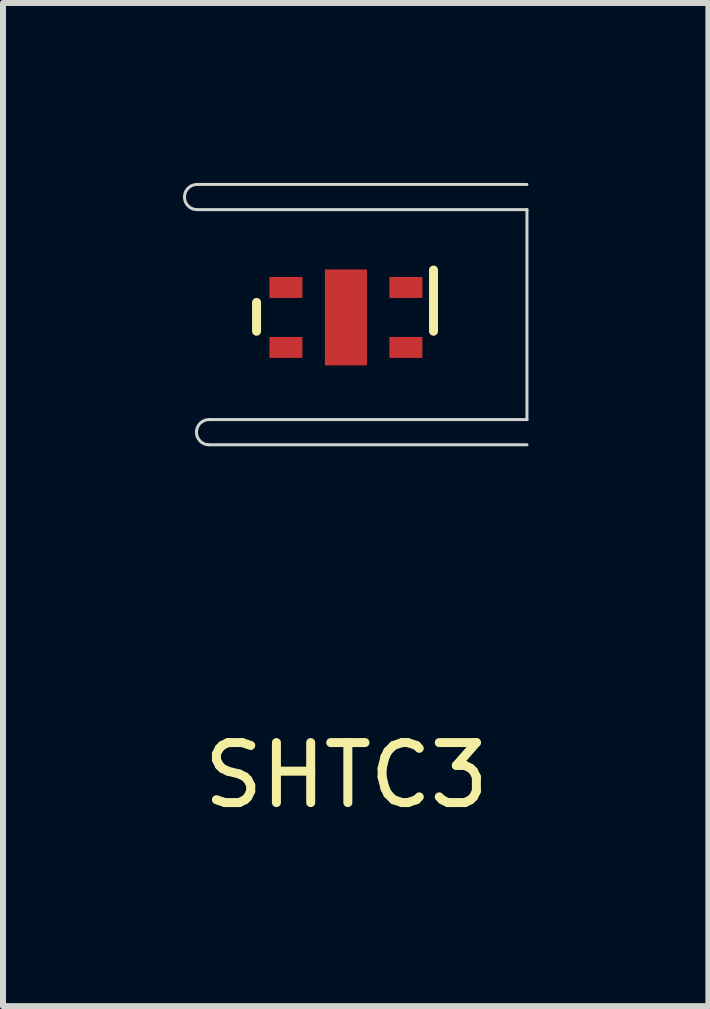
<source format=kicad_pcb>
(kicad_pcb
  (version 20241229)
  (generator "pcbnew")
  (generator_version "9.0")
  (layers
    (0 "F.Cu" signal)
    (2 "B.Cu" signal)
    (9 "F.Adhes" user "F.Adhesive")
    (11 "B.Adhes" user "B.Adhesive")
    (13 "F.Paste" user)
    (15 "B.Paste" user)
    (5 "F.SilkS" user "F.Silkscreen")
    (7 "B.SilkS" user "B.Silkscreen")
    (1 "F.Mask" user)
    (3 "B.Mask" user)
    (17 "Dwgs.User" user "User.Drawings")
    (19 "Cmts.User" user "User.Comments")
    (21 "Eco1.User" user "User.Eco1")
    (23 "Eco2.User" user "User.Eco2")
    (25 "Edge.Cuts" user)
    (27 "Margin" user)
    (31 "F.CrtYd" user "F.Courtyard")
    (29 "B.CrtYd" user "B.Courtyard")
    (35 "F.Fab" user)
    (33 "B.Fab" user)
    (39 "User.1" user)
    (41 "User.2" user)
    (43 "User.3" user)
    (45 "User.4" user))
  (footprint "SHTC3"
    (layer "F.Cu")
    (at 2.735 2.195)
    (property "Reference" "SHTC3" (at -0.01 7.68 0) (layer "F.SilkS") (effects (font (size 1 1) (thickness 0.15))))
    (attr through_hole)
    (fp_line (start -1.508 -0.203) (end -1.508 0.277) (stroke (width 0.15) (type solid)) (layer "F.SilkS"))
    (fp_line (start 1.442 -0.743) (end 1.442 0.277) (stroke (width 0.15) (type solid)) (layer "F.SilkS"))
    (fp_line (start -2.5 -2.17) (end 3 -2.17) (stroke (width 0.05) (type solid)) (layer "Edge.Cuts"))
    (fp_line (start -2.5 -1.75) (end 3 -1.75) (stroke (width 0.05) (type solid)) (layer "Edge.Cuts"))
    (fp_line (start 3 -1.75) (end 3 1.75) (stroke (width 0.05) (type solid)) (layer "Edge.Cuts"))
    (fp_line (start 3 1.75) (end -2.3 1.75) (stroke (width 0.05) (type solid)) (layer "Edge.Cuts"))
    (fp_line (start 3 2.17) (end -2.3 2.17) (stroke (width 0.05) (type solid)) (layer "Edge.Cuts"))
    (fp_arc (start -2.5 -1.75) (mid -2.71 -1.96) (end -2.5 -2.17) (stroke (width 0.05) (type solid)) (layer "Edge.Cuts"))
    (fp_arc (start -2.3 2.17) (mid -2.51 1.96) (end -2.3 1.75) (stroke (width 0.05) (type solid)) (layer "Edge.Cuts"))
    (pad "1" smd rect (at 0.982 -0.453 270) (size 0.35 0.55) (layers "F.Cu" "F.Mask" "F.Paste"))
    (pad "2" smd rect (at -1.018 -0.453 270) (size 0.35 0.55) (layers "F.Cu" "F.Mask" "F.Paste"))
    (pad "3" smd rect (at -1.018 0.547 270) (size 0.35 0.55) (layers "F.Cu" "F.Mask" "F.Paste"))
    (pad "4" smd rect (at 0.982 0.547 270) (size 0.35 0.55) (layers "F.Cu" "F.Mask" "F.Paste"))
    (pad "5" smd rect (at -0.018 0.047 270) (size 1.6 0.7) (layers "F.Cu" "F.Mask" "F.Paste")))
  (gr_rect
    (start -3 -3)
    (end 8.76 13.723)
    (stroke (width 0.1) (type default))
    (fill no)
    (layer "Edge.Cuts")))
</source>
